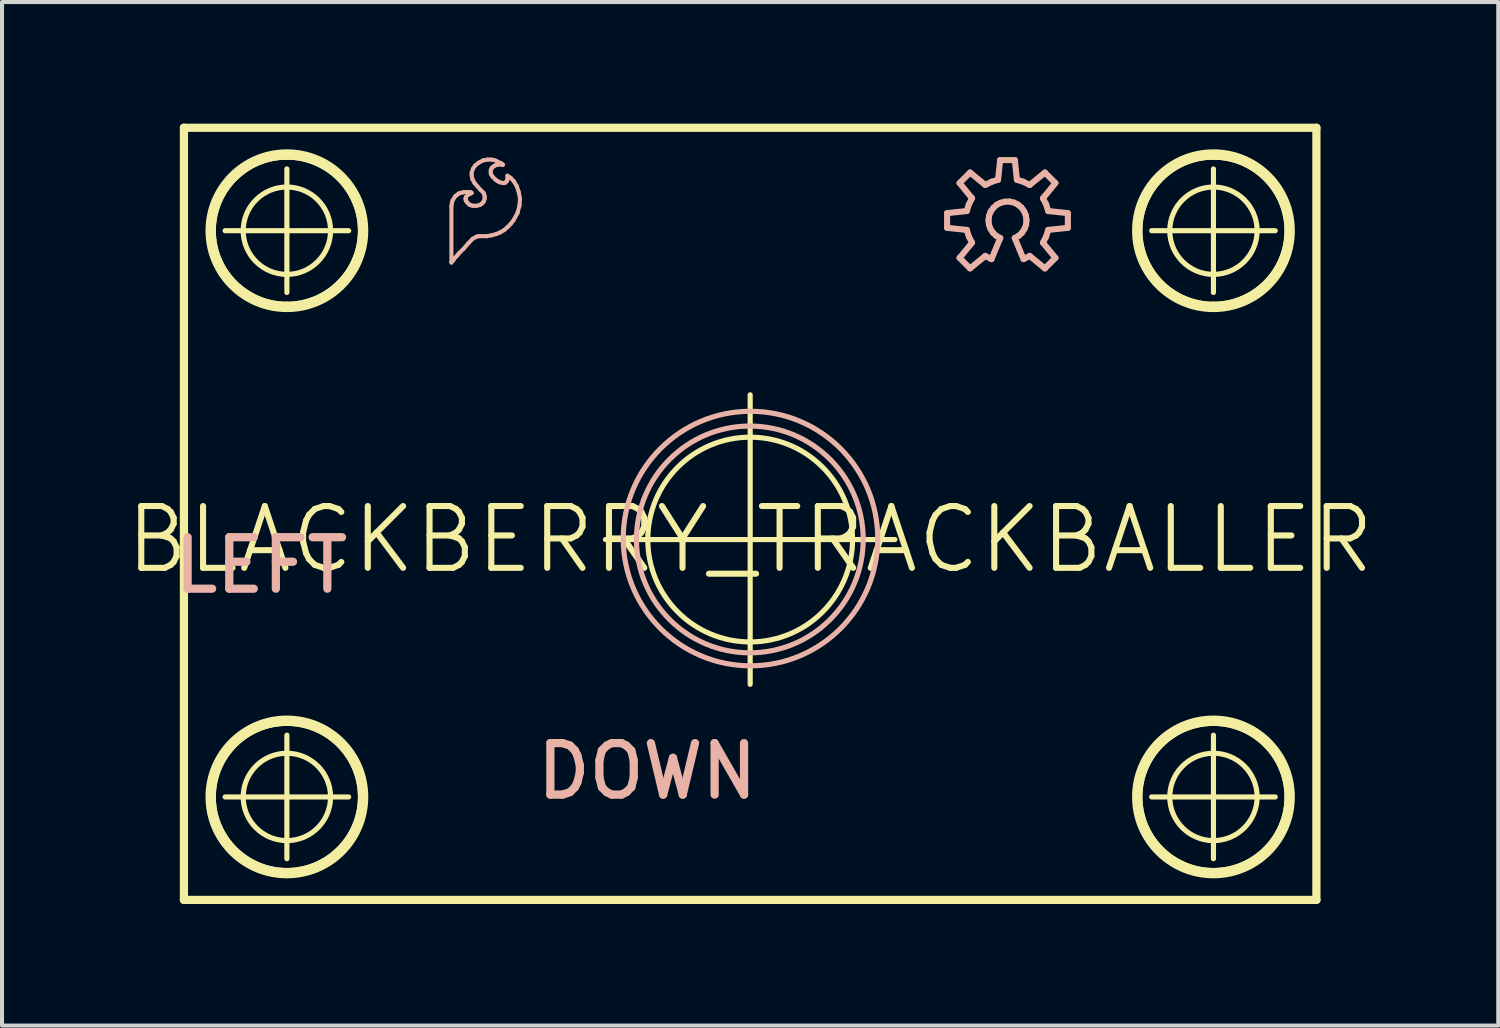
<source format=kicad_pcb>
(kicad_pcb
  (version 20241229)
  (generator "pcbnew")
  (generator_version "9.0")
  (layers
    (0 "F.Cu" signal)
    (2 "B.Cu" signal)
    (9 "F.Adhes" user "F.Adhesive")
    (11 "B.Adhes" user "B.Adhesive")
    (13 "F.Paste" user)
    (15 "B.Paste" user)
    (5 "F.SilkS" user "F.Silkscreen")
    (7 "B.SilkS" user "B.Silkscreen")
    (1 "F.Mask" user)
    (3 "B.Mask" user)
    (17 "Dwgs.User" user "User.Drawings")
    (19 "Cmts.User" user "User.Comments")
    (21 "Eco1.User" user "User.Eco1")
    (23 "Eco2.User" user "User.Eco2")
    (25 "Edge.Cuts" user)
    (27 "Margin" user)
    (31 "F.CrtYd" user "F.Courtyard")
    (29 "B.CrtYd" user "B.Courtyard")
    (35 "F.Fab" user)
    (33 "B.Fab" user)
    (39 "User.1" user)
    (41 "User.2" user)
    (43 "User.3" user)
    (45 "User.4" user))
  (footprint "BLACKBERRY_TRACKBALLER"
    (layer "F.Cu")
    (at 15.458 10.262)
    (property "Reference" "BLACKBERRY_TRACKBALLER" (at 0 0 0) (layer "F.SilkS") (effects (font (size 1.524 1.524) (thickness 0.15))))
    (attr exclude_from_pos_files exclude_from_bom)
    (fp_line (start -13.97 -10.16) (end -13.97 8.89) (stroke (width 0.203) (type solid)) (layer "F.SilkS"))
    (fp_line (start -13.97 8.89) (end 13.97 8.89) (stroke (width 0.203) (type solid)) (layer "F.SilkS"))
    (fp_line (start -12.954 -7.62) (end -9.906 -7.62) (stroke (width 0.127) (type solid)) (layer "F.SilkS"))
    (fp_line (start -12.954 6.35) (end -9.906 6.35) (stroke (width 0.127) (type solid)) (layer "F.SilkS"))
    (fp_line (start -11.43 -6.096) (end -11.43 -9.144) (stroke (width 0.127) (type solid)) (layer "F.SilkS"))
    (fp_line (start -11.43 7.874) (end -11.43 4.826) (stroke (width 0.127) (type solid)) (layer "F.SilkS"))
    (fp_line (start -3.571 0) (end 3.571 0) (stroke (width 0.127) (type solid)) (layer "F.SilkS"))
    (fp_line (start 0 3.571) (end 0 -3.571) (stroke (width 0.127) (type solid)) (layer "F.SilkS"))
    (fp_line (start 9.906 -7.62) (end 12.954 -7.62) (stroke (width 0.127) (type solid)) (layer "F.SilkS"))
    (fp_line (start 9.906 6.35) (end 12.954 6.35) (stroke (width 0.127) (type solid)) (layer "F.SilkS"))
    (fp_line (start 11.43 -6.096) (end 11.43 -9.144) (stroke (width 0.127) (type solid)) (layer "F.SilkS"))
    (fp_line (start 11.43 7.874) (end 11.43 4.826) (stroke (width 0.127) (type solid)) (layer "F.SilkS"))
    (fp_line (start 13.97 -10.16) (end -13.97 -10.16) (stroke (width 0.203) (type solid)) (layer "F.SilkS"))
    (fp_line (start 13.97 8.89) (end 13.97 -10.16) (stroke (width 0.203) (type solid)) (layer "F.SilkS"))
    (fp_arc (start -11.43 -9.4742) (mid -9.5758 -7.62) (end -11.43 -5.7658) (stroke (width 0.2032) (type solid)) (layer "F.SilkS"))
    (fp_arc (start -11.43 -9.4742) (mid -9.5758 -7.62) (end -11.43 -5.7658) (stroke (width 0.2032) (type solid)) (layer "F.SilkS"))
    (fp_arc (start -11.43 -5.7658) (mid -13.2842 -7.62) (end -11.43 -9.4742) (stroke (width 0.2032) (type solid)) (layer "F.SilkS"))
    (fp_arc (start -11.43 -5.7658) (mid -13.2842 -7.62) (end -11.43 -9.4742) (stroke (width 0.2032) (type solid)) (layer "F.SilkS"))
    (fp_arc (start -11.43 4.4958) (mid -9.5758 6.35) (end -11.43 8.2042) (stroke (width 0.2032) (type solid)) (layer "F.SilkS"))
    (fp_arc (start -11.43 4.4958) (mid -9.5758 6.35) (end -11.43 8.2042) (stroke (width 0.2032) (type solid)) (layer "F.SilkS"))
    (fp_arc (start -11.43 8.2042) (mid -13.2842 6.35) (end -11.43 4.4958) (stroke (width 0.2032) (type solid)) (layer "F.SilkS"))
    (fp_arc (start -11.43 8.2042) (mid -13.2842 6.35) (end -11.43 4.4958) (stroke (width 0.2032) (type solid)) (layer "F.SilkS"))
    (fp_arc (start 11.43 -9.4742) (mid 13.2842 -7.62) (end 11.43 -5.7658) (stroke (width 0.2032) (type solid)) (layer "F.SilkS"))
    (fp_arc (start 11.43 -9.4742) (mid 13.2842 -7.62) (end 11.43 -5.7658) (stroke (width 0.2032) (type solid)) (layer "F.SilkS"))
    (fp_arc (start 11.43 -5.7658) (mid 9.5758 -7.62) (end 11.43 -9.4742) (stroke (width 0.2032) (type solid)) (layer "F.SilkS"))
    (fp_arc (start 11.43 -5.7658) (mid 9.5758 -7.62) (end 11.43 -9.4742) (stroke (width 0.2032) (type solid)) (layer "F.SilkS"))
    (fp_arc (start 11.43 4.4958) (mid 13.2842 6.35) (end 11.43 8.2042) (stroke (width 0.2032) (type solid)) (layer "F.SilkS"))
    (fp_arc (start 11.43 4.4958) (mid 13.2842 6.35) (end 11.43 8.2042) (stroke (width 0.2032) (type solid)) (layer "F.SilkS"))
    (fp_arc (start 11.43 8.2042) (mid 9.5758 6.35) (end 11.43 4.4958) (stroke (width 0.2032) (type solid)) (layer "F.SilkS"))
    (fp_arc (start 11.43 8.2042) (mid 9.5758 6.35) (end 11.43 4.4958) (stroke (width 0.2032) (type solid)) (layer "F.SilkS"))
    (fp_circle (center -11.43 -7.62) (end -12.827 -9.017) (stroke (width 0.064) (type solid)) (fill no) (layer "F.SilkS"))
    (fp_circle (center -11.43 -7.62) (end -12.192 -8.382) (stroke (width 0.127) (type solid)) (fill no) (layer "F.SilkS"))
    (fp_circle (center -11.43 6.35) (end -12.827 7.747) (stroke (width 0.064) (type solid)) (fill no) (layer "F.SilkS"))
    (fp_circle (center -11.43 6.35) (end -12.192 7.112) (stroke (width 0.127) (type solid)) (fill no) (layer "F.SilkS"))
    (fp_circle (center 0 0) (end -1.786 1.786) (stroke (width 0.127) (type solid)) (fill no) (layer "F.SilkS"))
    (fp_circle (center 11.43 -7.62) (end 12.192 -8.382) (stroke (width 0.127) (type solid)) (fill no) (layer "F.SilkS"))
    (fp_circle (center 11.43 -7.62) (end 12.827 -9.017) (stroke (width 0.064) (type solid)) (fill no) (layer "F.SilkS"))
    (fp_circle (center 11.43 6.35) (end 12.192 7.112) (stroke (width 0.127) (type solid)) (fill no) (layer "F.SilkS"))
    (fp_circle (center 11.43 6.35) (end 12.827 7.747) (stroke (width 0.064) (type solid)) (fill no) (layer "F.SilkS"))
    (fp_line (start -7.371 -8.217) (end -7.371 -6.835) (stroke (width 0.1) (type solid)) (layer "B.SilkS"))
    (fp_line (start -7.371 -6.845) (end -7.32 -6.896) (stroke (width 0.1) (type solid)) (layer "B.SilkS"))
    (fp_line (start -7.371 -6.835) (end -7.371 -6.845) (stroke (width 0.1) (type solid)) (layer "B.SilkS"))
    (fp_line (start -7.361 -8.296) (end -7.371 -8.217) (stroke (width 0.1) (type solid)) (layer "B.SilkS"))
    (fp_line (start -7.341 -8.367) (end -7.361 -8.296) (stroke (width 0.1) (type solid)) (layer "B.SilkS"))
    (fp_line (start -7.32 -6.896) (end -7.29 -6.947) (stroke (width 0.1) (type solid)) (layer "B.SilkS"))
    (fp_line (start -7.29 -6.947) (end -7.239 -6.995) (stroke (width 0.1) (type solid)) (layer "B.SilkS"))
    (fp_line (start -7.28 -8.466) (end -7.341 -8.367) (stroke (width 0.1) (type solid)) (layer "B.SilkS"))
    (fp_line (start -7.239 -6.995) (end -7.191 -7.056) (stroke (width 0.1) (type solid)) (layer "B.SilkS"))
    (fp_line (start -7.229 -8.506) (end -7.28 -8.466) (stroke (width 0.1) (type solid)) (layer "B.SilkS"))
    (fp_line (start -7.191 -8.537) (end -7.229 -8.506) (stroke (width 0.1) (type solid)) (layer "B.SilkS"))
    (fp_line (start -7.191 -7.056) (end -7.069 -7.176) (stroke (width 0.1) (type solid)) (layer "B.SilkS"))
    (fp_line (start -7.14 -8.555) (end -7.191 -8.537) (stroke (width 0.1) (type solid)) (layer "B.SilkS"))
    (fp_line (start -7.089 -8.565) (end -7.14 -8.555) (stroke (width 0.1) (type solid)) (layer "B.SilkS"))
    (fp_line (start -7.069 -7.176) (end -6.949 -7.315) (stroke (width 0.1) (type solid)) (layer "B.SilkS"))
    (fp_line (start -7.031 -8.575) (end -7.089 -8.565) (stroke (width 0.1) (type solid)) (layer "B.SilkS"))
    (fp_line (start -7.021 -8.425) (end -7.01 -8.456) (stroke (width 0.1) (type solid)) (layer "B.SilkS"))
    (fp_line (start -7.021 -8.387) (end -7.021 -8.425) (stroke (width 0.1) (type solid)) (layer "B.SilkS"))
    (fp_line (start -7.01 -8.456) (end -6.949 -8.517) (stroke (width 0.1) (type solid)) (layer "B.SilkS"))
    (fp_line (start -7.01 -8.357) (end -7.021 -8.387) (stroke (width 0.1) (type solid)) (layer "B.SilkS"))
    (fp_line (start -6.99 -8.326) (end -7.01 -8.357) (stroke (width 0.1) (type solid)) (layer "B.SilkS"))
    (fp_line (start -6.949 -8.517) (end -6.919 -8.527) (stroke (width 0.1) (type solid)) (layer "B.SilkS"))
    (fp_line (start -6.949 -7.315) (end -6.85 -7.417) (stroke (width 0.1) (type solid)) (layer "B.SilkS"))
    (fp_line (start -6.929 -8.265) (end -6.99 -8.326) (stroke (width 0.1) (type solid)) (layer "B.SilkS"))
    (fp_line (start -6.919 -8.527) (end -6.881 -8.547) (stroke (width 0.1) (type solid)) (layer "B.SilkS"))
    (fp_line (start -6.909 -8.575) (end -7.031 -8.575) (stroke (width 0.1) (type solid)) (layer "B.SilkS"))
    (fp_line (start -6.881 -8.547) (end -6.871 -8.555) (stroke (width 0.1) (type solid)) (layer "B.SilkS"))
    (fp_line (start -6.881 -8.245) (end -6.929 -8.265) (stroke (width 0.1) (type solid)) (layer "B.SilkS"))
    (fp_line (start -6.871 -9.055) (end -6.871 -8.976) (stroke (width 0.1) (type solid)) (layer "B.SilkS"))
    (fp_line (start -6.871 -8.976) (end -6.85 -8.885) (stroke (width 0.1) (type solid)) (layer "B.SilkS"))
    (fp_line (start -6.871 -8.555) (end -6.909 -8.575) (stroke (width 0.1) (type solid)) (layer "B.SilkS"))
    (fp_line (start -6.85 -8.885) (end -6.8 -8.796) (stroke (width 0.1) (type solid)) (layer "B.SilkS"))
    (fp_line (start -6.85 -7.417) (end -6.749 -7.475) (stroke (width 0.1) (type solid)) (layer "B.SilkS"))
    (fp_line (start -6.84 -9.147) (end -6.871 -9.055) (stroke (width 0.1) (type solid)) (layer "B.SilkS"))
    (fp_line (start -6.83 -8.235) (end -6.881 -8.245) (stroke (width 0.1) (type solid)) (layer "B.SilkS"))
    (fp_line (start -6.8 -8.796) (end -6.731 -8.715) (stroke (width 0.1) (type solid)) (layer "B.SilkS"))
    (fp_line (start -6.789 -9.225) (end -6.84 -9.147) (stroke (width 0.1) (type solid)) (layer "B.SilkS"))
    (fp_line (start -6.749 -8.235) (end -6.83 -8.235) (stroke (width 0.1) (type solid)) (layer "B.SilkS"))
    (fp_line (start -6.749 -7.475) (end -6.69 -7.485) (stroke (width 0.1) (type solid)) (layer "B.SilkS"))
    (fp_line (start -6.731 -8.715) (end -6.65 -8.626) (stroke (width 0.1) (type solid)) (layer "B.SilkS"))
    (fp_line (start -6.701 -9.296) (end -6.789 -9.225) (stroke (width 0.1) (type solid)) (layer "B.SilkS"))
    (fp_line (start -6.69 -7.485) (end -6.5 -7.485) (stroke (width 0.1) (type solid)) (layer "B.SilkS"))
    (fp_line (start -6.67 -8.255) (end -6.749 -8.235) (stroke (width 0.1) (type solid)) (layer "B.SilkS"))
    (fp_line (start -6.65 -8.626) (end -6.579 -8.555) (stroke (width 0.1) (type solid)) (layer "B.SilkS"))
    (fp_line (start -6.609 -8.296) (end -6.67 -8.255) (stroke (width 0.1) (type solid)) (layer "B.SilkS"))
    (fp_line (start -6.589 -9.355) (end -6.701 -9.296) (stroke (width 0.1) (type solid)) (layer "B.SilkS"))
    (fp_line (start -6.579 -8.555) (end -6.551 -8.476) (stroke (width 0.1) (type solid)) (layer "B.SilkS"))
    (fp_line (start -6.571 -8.346) (end -6.609 -8.296) (stroke (width 0.1) (type solid)) (layer "B.SilkS"))
    (fp_line (start -6.551 -8.476) (end -6.551 -8.405) (stroke (width 0.1) (type solid)) (layer "B.SilkS"))
    (fp_line (start -6.551 -8.405) (end -6.571 -8.346) (stroke (width 0.1) (type solid)) (layer "B.SilkS"))
    (fp_line (start -6.5 -7.485) (end -6.38 -7.506) (stroke (width 0.1) (type solid)) (layer "B.SilkS"))
    (fp_line (start -6.48 -9.375) (end -6.589 -9.355) (stroke (width 0.1) (type solid)) (layer "B.SilkS"))
    (fp_line (start -6.401 -9.106) (end -6.391 -9.136) (stroke (width 0.1) (type solid)) (layer "B.SilkS"))
    (fp_line (start -6.401 -9.045) (end -6.401 -9.106) (stroke (width 0.1) (type solid)) (layer "B.SilkS"))
    (fp_line (start -6.391 -9.136) (end -6.38 -9.157) (stroke (width 0.1) (type solid)) (layer "B.SilkS"))
    (fp_line (start -6.391 -9.007) (end -6.401 -9.045) (stroke (width 0.1) (type solid)) (layer "B.SilkS"))
    (fp_line (start -6.38 -9.375) (end -6.48 -9.375) (stroke (width 0.1) (type solid)) (layer "B.SilkS"))
    (fp_line (start -6.38 -9.157) (end -6.36 -9.185) (stroke (width 0.1) (type solid)) (layer "B.SilkS"))
    (fp_line (start -6.38 -7.506) (end -6.269 -7.536) (stroke (width 0.1) (type solid)) (layer "B.SilkS"))
    (fp_line (start -6.36 -9.185) (end -6.32 -9.215) (stroke (width 0.1) (type solid)) (layer "B.SilkS"))
    (fp_line (start -6.35 -8.946) (end -6.391 -9.007) (stroke (width 0.1) (type solid)) (layer "B.SilkS"))
    (fp_line (start -6.32 -9.215) (end -6.279 -9.235) (stroke (width 0.1) (type solid)) (layer "B.SilkS"))
    (fp_line (start -6.289 -9.355) (end -6.38 -9.375) (stroke (width 0.1) (type solid)) (layer "B.SilkS"))
    (fp_line (start -6.289 -8.885) (end -6.35 -8.946) (stroke (width 0.1) (type solid)) (layer "B.SilkS"))
    (fp_line (start -6.279 -9.235) (end -6.231 -9.246) (stroke (width 0.1) (type solid)) (layer "B.SilkS"))
    (fp_line (start -6.269 -7.536) (end -6.17 -7.577) (stroke (width 0.1) (type solid)) (layer "B.SilkS"))
    (fp_line (start -6.251 -8.857) (end -6.289 -8.885) (stroke (width 0.1) (type solid)) (layer "B.SilkS"))
    (fp_line (start -6.231 -9.246) (end -6.19 -9.256) (stroke (width 0.1) (type solid)) (layer "B.SilkS"))
    (fp_line (start -6.22 -8.837) (end -6.251 -8.857) (stroke (width 0.1) (type solid)) (layer "B.SilkS"))
    (fp_line (start -6.19 -9.256) (end -6.129 -9.256) (stroke (width 0.1) (type solid)) (layer "B.SilkS"))
    (fp_line (start -6.18 -8.816) (end -6.22 -8.837) (stroke (width 0.1) (type solid)) (layer "B.SilkS"))
    (fp_line (start -6.17 -7.577) (end -6.071 -7.635) (stroke (width 0.1) (type solid)) (layer "B.SilkS"))
    (fp_line (start -6.149 -9.286) (end -6.289 -9.355) (stroke (width 0.1) (type solid)) (layer "B.SilkS"))
    (fp_line (start -6.129 -9.256) (end -6.109 -9.246) (stroke (width 0.1) (type solid)) (layer "B.SilkS"))
    (fp_line (start -6.109 -9.256) (end -6.149 -9.286) (stroke (width 0.1) (type solid)) (layer "B.SilkS"))
    (fp_line (start -6.109 -9.246) (end -6.101 -9.246) (stroke (width 0.1) (type solid)) (layer "B.SilkS"))
    (fp_line (start -6.101 -9.246) (end -6.109 -9.256) (stroke (width 0.1) (type solid)) (layer "B.SilkS"))
    (fp_line (start -6.101 -8.796) (end -6.18 -8.816) (stroke (width 0.1) (type solid)) (layer "B.SilkS"))
    (fp_line (start -6.071 -8.796) (end -6.101 -8.796) (stroke (width 0.1) (type solid)) (layer "B.SilkS"))
    (fp_line (start -6.071 -7.635) (end -5.989 -7.706) (stroke (width 0.1) (type solid)) (layer "B.SilkS"))
    (fp_line (start -6.04 -8.806) (end -6.071 -8.796) (stroke (width 0.1) (type solid)) (layer "B.SilkS"))
    (fp_line (start -6.01 -8.837) (end -6.04 -8.806) (stroke (width 0.1) (type solid)) (layer "B.SilkS"))
    (fp_line (start -5.999 -8.857) (end -6.01 -8.837) (stroke (width 0.1) (type solid)) (layer "B.SilkS"))
    (fp_line (start -5.989 -8.976) (end -5.989 -8.885) (stroke (width 0.1) (type solid)) (layer "B.SilkS"))
    (fp_line (start -5.989 -8.885) (end -5.999 -8.857) (stroke (width 0.1) (type solid)) (layer "B.SilkS"))
    (fp_line (start -5.989 -7.706) (end -5.911 -7.785) (stroke (width 0.1) (type solid)) (layer "B.SilkS"))
    (fp_line (start -5.911 -8.926) (end -5.989 -8.976) (stroke (width 0.1) (type solid)) (layer "B.SilkS"))
    (fp_line (start -5.911 -7.785) (end -5.839 -7.877) (stroke (width 0.1) (type solid)) (layer "B.SilkS"))
    (fp_line (start -5.839 -7.877) (end -5.74 -8.057) (stroke (width 0.1) (type solid)) (layer "B.SilkS"))
    (fp_line (start -5.829 -8.837) (end -5.911 -8.926) (stroke (width 0.1) (type solid)) (layer "B.SilkS"))
    (fp_line (start -5.761 -8.725) (end -5.829 -8.837) (stroke (width 0.1) (type solid)) (layer "B.SilkS"))
    (fp_line (start -5.74 -8.057) (end -5.69 -8.245) (stroke (width 0.1) (type solid)) (layer "B.SilkS"))
    (fp_line (start -5.71 -8.575) (end -5.761 -8.725) (stroke (width 0.1) (type solid)) (layer "B.SilkS"))
    (fp_line (start -5.69 -8.245) (end -5.679 -8.415) (stroke (width 0.1) (type solid)) (layer "B.SilkS"))
    (fp_line (start -5.679 -8.415) (end -5.71 -8.575) (stroke (width 0.1) (type solid)) (layer "B.SilkS"))
    (fp_line (start 4.859 -8.054) (end 4.859 -7.691) (stroke (width 0.15) (type solid)) (layer "B.SilkS"))
    (fp_line (start 4.859 -7.691) (end 5.344 -7.64) (stroke (width 0.15) (type solid)) (layer "B.SilkS"))
    (fp_line (start 5.166 -8.796) (end 5.474 -8.42) (stroke (width 0.15) (type solid)) (layer "B.SilkS"))
    (fp_line (start 5.166 -6.949) (end 5.425 -6.69) (stroke (width 0.15) (type solid)) (layer "B.SilkS"))
    (fp_line (start 5.344 -8.105) (end 4.859 -8.054) (stroke (width 0.15) (type solid)) (layer "B.SilkS"))
    (fp_line (start 5.344 -7.64) (end 5.395 -7.478) (stroke (width 0.15) (type solid)) (layer "B.SilkS"))
    (fp_line (start 5.395 -8.268) (end 5.344 -8.105) (stroke (width 0.15) (type solid)) (layer "B.SilkS"))
    (fp_line (start 5.395 -7.478) (end 5.474 -7.325) (stroke (width 0.15) (type solid)) (layer "B.SilkS"))
    (fp_line (start 5.425 -9.055) (end 5.166 -8.796) (stroke (width 0.15) (type solid)) (layer "B.SilkS"))
    (fp_line (start 5.425 -6.69) (end 5.801 -6.998) (stroke (width 0.15) (type solid)) (layer "B.SilkS"))
    (fp_line (start 5.474 -8.42) (end 5.395 -8.268) (stroke (width 0.15) (type solid)) (layer "B.SilkS"))
    (fp_line (start 5.474 -7.325) (end 5.166 -6.949) (stroke (width 0.15) (type solid)) (layer "B.SilkS"))
    (fp_line (start 5.801 -8.748) (end 5.425 -9.055) (stroke (width 0.15) (type solid)) (layer "B.SilkS"))
    (fp_line (start 5.801 -6.998) (end 5.954 -6.919) (stroke (width 0.15) (type solid)) (layer "B.SilkS"))
    (fp_line (start 5.88 -7.874) (end 5.893 -7.983) (stroke (width 0.15) (type solid)) (layer "B.SilkS"))
    (fp_line (start 5.893 -7.983) (end 5.933 -8.09) (stroke (width 0.15) (type solid)) (layer "B.SilkS"))
    (fp_line (start 5.893 -7.762) (end 5.88 -7.874) (stroke (width 0.15) (type solid)) (layer "B.SilkS"))
    (fp_line (start 5.931 -7.661) (end 5.893 -7.762) (stroke (width 0.15) (type solid)) (layer "B.SilkS"))
    (fp_line (start 5.933 -8.09) (end 5.997 -8.181) (stroke (width 0.15) (type solid)) (layer "B.SilkS"))
    (fp_line (start 5.954 -8.826) (end 5.801 -8.748) (stroke (width 0.15) (type solid)) (layer "B.SilkS"))
    (fp_line (start 5.954 -6.919) (end 6.17 -7.44) (stroke (width 0.15) (type solid)) (layer "B.SilkS"))
    (fp_line (start 5.992 -7.569) (end 5.931 -7.661) (stroke (width 0.15) (type solid)) (layer "B.SilkS"))
    (fp_line (start 5.997 -8.181) (end 6.081 -8.258) (stroke (width 0.15) (type solid)) (layer "B.SilkS"))
    (fp_line (start 6.073 -7.493) (end 5.992 -7.569) (stroke (width 0.15) (type solid)) (layer "B.SilkS"))
    (fp_line (start 6.081 -8.258) (end 6.18 -8.308) (stroke (width 0.15) (type solid)) (layer "B.SilkS"))
    (fp_line (start 6.116 -8.877) (end 5.954 -8.826) (stroke (width 0.15) (type solid)) (layer "B.SilkS"))
    (fp_line (start 6.167 -9.362) (end 6.116 -8.877) (stroke (width 0.15) (type solid)) (layer "B.SilkS"))
    (fp_line (start 6.17 -7.44) (end 6.073 -7.493) (stroke (width 0.15) (type solid)) (layer "B.SilkS"))
    (fp_line (start 6.18 -8.308) (end 6.287 -8.336) (stroke (width 0.15) (type solid)) (layer "B.SilkS"))
    (fp_line (start 6.287 -8.336) (end 6.401 -8.339) (stroke (width 0.15) (type solid)) (layer "B.SilkS"))
    (fp_line (start 6.401 -8.339) (end 6.51 -8.313) (stroke (width 0.15) (type solid)) (layer "B.SilkS"))
    (fp_line (start 6.51 -8.313) (end 6.609 -8.263) (stroke (width 0.15) (type solid)) (layer "B.SilkS"))
    (fp_line (start 6.528 -7.44) (end 6.744 -6.919) (stroke (width 0.15) (type solid)) (layer "B.SilkS"))
    (fp_line (start 6.53 -9.362) (end 6.167 -9.362) (stroke (width 0.15) (type solid)) (layer "B.SilkS"))
    (fp_line (start 6.581 -8.877) (end 6.53 -9.362) (stroke (width 0.15) (type solid)) (layer "B.SilkS"))
    (fp_line (start 6.609 -8.263) (end 6.695 -8.189) (stroke (width 0.15) (type solid)) (layer "B.SilkS"))
    (fp_line (start 6.627 -7.496) (end 6.528 -7.44) (stroke (width 0.15) (type solid)) (layer "B.SilkS"))
    (fp_line (start 6.695 -8.189) (end 6.759 -8.098) (stroke (width 0.15) (type solid)) (layer "B.SilkS"))
    (fp_line (start 6.708 -7.572) (end 6.627 -7.496) (stroke (width 0.15) (type solid)) (layer "B.SilkS"))
    (fp_line (start 6.744 -8.826) (end 6.581 -8.877) (stroke (width 0.15) (type solid)) (layer "B.SilkS"))
    (fp_line (start 6.744 -6.919) (end 6.896 -6.998) (stroke (width 0.15) (type solid)) (layer "B.SilkS"))
    (fp_line (start 6.759 -8.098) (end 6.802 -7.993) (stroke (width 0.15) (type solid)) (layer "B.SilkS"))
    (fp_line (start 6.769 -7.666) (end 6.708 -7.572) (stroke (width 0.15) (type solid)) (layer "B.SilkS"))
    (fp_line (start 6.802 -7.993) (end 6.817 -7.884) (stroke (width 0.15) (type solid)) (layer "B.SilkS"))
    (fp_line (start 6.807 -7.772) (end 6.769 -7.666) (stroke (width 0.15) (type solid)) (layer "B.SilkS"))
    (fp_line (start 6.817 -7.884) (end 6.807 -7.772) (stroke (width 0.15) (type solid)) (layer "B.SilkS"))
    (fp_line (start 6.896 -8.748) (end 6.744 -8.826) (stroke (width 0.15) (type solid)) (layer "B.SilkS"))
    (fp_line (start 6.896 -6.998) (end 7.272 -6.69) (stroke (width 0.15) (type solid)) (layer "B.SilkS"))
    (fp_line (start 7.224 -8.42) (end 7.531 -8.796) (stroke (width 0.15) (type solid)) (layer "B.SilkS"))
    (fp_line (start 7.224 -7.325) (end 7.303 -7.478) (stroke (width 0.15) (type solid)) (layer "B.SilkS"))
    (fp_line (start 7.272 -9.055) (end 6.896 -8.748) (stroke (width 0.15) (type solid)) (layer "B.SilkS"))
    (fp_line (start 7.272 -6.69) (end 7.531 -6.949) (stroke (width 0.15) (type solid)) (layer "B.SilkS"))
    (fp_line (start 7.303 -8.268) (end 7.224 -8.42) (stroke (width 0.15) (type solid)) (layer "B.SilkS"))
    (fp_line (start 7.303 -7.478) (end 7.353 -7.64) (stroke (width 0.15) (type solid)) (layer "B.SilkS"))
    (fp_line (start 7.353 -8.105) (end 7.303 -8.268) (stroke (width 0.15) (type solid)) (layer "B.SilkS"))
    (fp_line (start 7.353 -7.64) (end 7.838 -7.691) (stroke (width 0.15) (type solid)) (layer "B.SilkS"))
    (fp_line (start 7.531 -8.796) (end 7.272 -9.055) (stroke (width 0.15) (type solid)) (layer "B.SilkS"))
    (fp_line (start 7.531 -6.949) (end 7.224 -7.325) (stroke (width 0.15) (type solid)) (layer "B.SilkS"))
    (fp_line (start 7.838 -8.054) (end 7.353 -8.105) (stroke (width 0.15) (type solid)) (layer "B.SilkS"))
    (fp_line (start 7.838 -7.691) (end 7.838 -8.054) (stroke (width 0.15) (type solid)) (layer "B.SilkS"))
    (fp_circle (center -0.008 -0.003) (end -1.986 -1.981) (stroke (width 0.127) (type solid)) (fill no) (layer "B.SilkS"))
    (fp_circle (center 0.008 -0.025) (end 2.228 -2.245) (stroke (width 0.127) (type solid)) (fill no) (layer "B.SilkS"))
    (fp_text user "LEFT" (at -12.065 0.635 180) (layer "B.SilkS") (effects (font (size 1.27 1.27) (thickness 0.203))))
    (fp_text user "DOWN" (at -2.54 5.715 180) (layer "B.SilkS") (effects (font (size 1.27 1.27) (thickness 0.203)))))
  (gr_rect
    (start -3 -3)
    (end 33.915 22.253)
    (stroke (width 0.1) (type default))
    (fill no)
    (layer "Edge.Cuts")))
</source>
